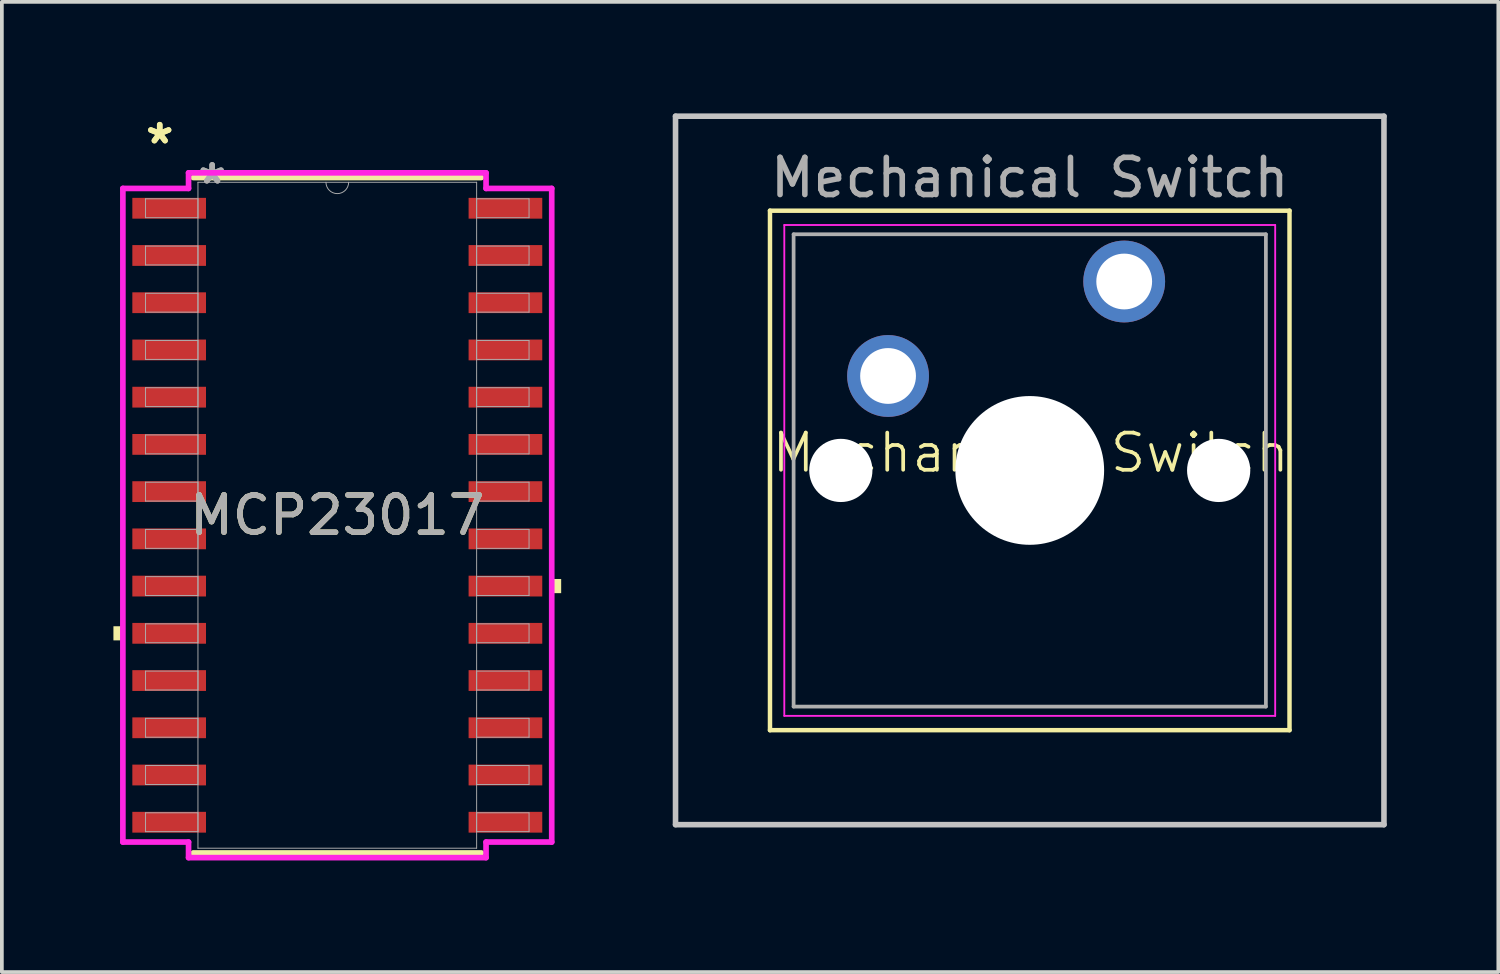
<source format=kicad_pcb>
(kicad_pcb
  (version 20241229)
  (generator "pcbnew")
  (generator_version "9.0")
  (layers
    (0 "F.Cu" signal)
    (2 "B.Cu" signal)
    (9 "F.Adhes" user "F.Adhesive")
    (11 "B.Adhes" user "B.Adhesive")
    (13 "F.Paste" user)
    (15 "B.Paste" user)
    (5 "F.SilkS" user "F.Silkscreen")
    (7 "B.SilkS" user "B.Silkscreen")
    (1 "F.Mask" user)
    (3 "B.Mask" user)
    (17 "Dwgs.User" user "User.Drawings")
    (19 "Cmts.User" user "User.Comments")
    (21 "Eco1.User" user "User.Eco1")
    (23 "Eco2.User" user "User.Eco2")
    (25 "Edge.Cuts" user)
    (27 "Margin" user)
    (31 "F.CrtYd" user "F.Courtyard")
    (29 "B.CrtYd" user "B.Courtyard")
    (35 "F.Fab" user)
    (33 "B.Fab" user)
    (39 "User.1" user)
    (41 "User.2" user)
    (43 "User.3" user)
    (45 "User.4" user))
  (footprint "Mechanical Switch"
    (layer "F.Cu")
    (at 24.665 9.625)
    (property "Reference" "Mechanical Switch" (at 0 -0.5 0) (unlocked yes) (layer "F.SilkS") (effects (font (size 1 1) (thickness 0.1))))
    (attr smd)
    (fp_line (start -7.01 -7.01) (end 6.96 -7.01) (stroke (width 0.12) (type solid)) (layer "F.SilkS"))
    (fp_line (start -7.01 6.96) (end -7.01 -7.01) (stroke (width 0.12) (type solid)) (layer "F.SilkS"))
    (fp_line (start 6.96 -7.01) (end 6.96 6.96) (stroke (width 0.12) (type solid)) (layer "F.SilkS"))
    (fp_line (start 6.96 6.96) (end -7.01 6.96) (stroke (width 0.12) (type solid)) (layer "F.SilkS"))
    (fp_line (start -9.55 -9.55) (end 9.5 -9.55) (stroke (width 0.15) (type solid)) (layer "Dwgs.User"))
    (fp_line (start -9.55 9.5) (end -9.55 -9.55) (stroke (width 0.15) (type solid)) (layer "Dwgs.User"))
    (fp_line (start 9.5 -9.55) (end 9.5 9.5) (stroke (width 0.15) (type solid)) (layer "Dwgs.User"))
    (fp_line (start 9.5 9.5) (end -9.55 9.5) (stroke (width 0.15) (type solid)) (layer "Dwgs.User"))
    (fp_line (start -6.625 -6.625) (end 6.575 -6.625) (stroke (width 0.05) (type solid)) (layer "F.CrtYd"))
    (fp_line (start -6.625 6.575) (end -6.625 -6.625) (stroke (width 0.05) (type solid)) (layer "F.CrtYd"))
    (fp_line (start 6.575 -6.625) (end 6.575 6.575) (stroke (width 0.05) (type solid)) (layer "F.CrtYd"))
    (fp_line (start 6.575 6.575) (end -6.625 6.575) (stroke (width 0.05) (type solid)) (layer "F.CrtYd"))
    (fp_line (start -6.375 -6.375) (end 6.325 -6.375) (stroke (width 0.1) (type solid)) (layer "F.Fab"))
    (fp_line (start -6.375 6.325) (end -6.375 -6.375) (stroke (width 0.1) (type solid)) (layer "F.Fab"))
    (fp_line (start 6.325 -6.375) (end 6.325 6.325) (stroke (width 0.1) (type solid)) (layer "F.Fab"))
    (fp_line (start 6.325 6.325) (end -6.375 6.325) (stroke (width 0.1) (type solid)) (layer "F.Fab"))
    (fp_text user "${REFERENCE}" (at -0.025 -7.899 0) (layer "F.Fab") (effects (font (size 1 1) (thickness 0.15))))
    (pad "" np_thru_hole circle (at -5.105 -0.025) (size 1.7 1.7) (drill 1.7) (layers "*.Cu" "*.Mask"))
    (pad "" np_thru_hole circle (at -0.025 -0.025) (size 4 4) (drill 4) (layers "*.Cu" "*.Mask"))
    (pad "" np_thru_hole circle (at 5.055 -0.025) (size 1.7 1.7) (drill 1.7) (layers "*.Cu" "*.Mask"))
    (pad "1" thru_hole circle (at 2.515 -5.105) (size 2.2 2.2) (drill 1.5) (layers "*.Cu" "*.Mask"))
    (pad "2" thru_hole circle (at -3.835 -2.565) (size 2.2 2.2) (drill 1.5) (layers "*.Cu" "*.Mask")))
  (footprint "MCP23017"
    (layer "F.Cu")
    (at 6.02 10.805)
    (property "Reference" "MCP23017" (at 0 0 0) (unlocked yes) (layer "F.SilkS") (effects (font (size 1 1) (thickness 0.15))))
    (attr smd)
    (fp_line (start -3.873 9.081) (end 3.873 9.081) (stroke (width 0.152) (type solid)) (layer "F.SilkS"))
    (fp_line (start 3.873 -9.081) (end -3.873 -9.081) (stroke (width 0.152) (type solid)) (layer "F.SilkS"))
    (fp_poly (pts (xy -6.02 2.985) (xy -6.02 3.365) (xy -5.766 3.365) (xy -5.766 2.985)) (stroke (width 0) (type solid)) (fill yes) (layer "F.SilkS"))
    (fp_poly (pts (xy 6.02 1.714) (xy 6.02 2.095) (xy 5.766 2.095) (xy 5.766 1.714)) (stroke (width 0) (type solid)) (fill yes) (layer "F.SilkS"))
    (fp_line (start -5.766 -8.788) (end -4 -8.788) (stroke (width 0.152) (type solid)) (layer "F.CrtYd"))
    (fp_line (start -5.766 8.788) (end -5.766 -8.788) (stroke (width 0.152) (type solid)) (layer "F.CrtYd"))
    (fp_line (start -5.766 8.788) (end -4 8.788) (stroke (width 0.152) (type solid)) (layer "F.CrtYd"))
    (fp_line (start -4 -9.207) (end 4 -9.207) (stroke (width 0.152) (type solid)) (layer "F.CrtYd"))
    (fp_line (start -4 -8.788) (end -4 -9.207) (stroke (width 0.152) (type solid)) (layer "F.CrtYd"))
    (fp_line (start -4 9.207) (end -4 8.788) (stroke (width 0.152) (type solid)) (layer "F.CrtYd"))
    (fp_line (start 4 -9.207) (end 4 -8.788) (stroke (width 0.152) (type solid)) (layer "F.CrtYd"))
    (fp_line (start 4 8.788) (end 4 9.207) (stroke (width 0.152) (type solid)) (layer "F.CrtYd"))
    (fp_line (start 4 9.207) (end -4 9.207) (stroke (width 0.152) (type solid)) (layer "F.CrtYd"))
    (fp_line (start 5.766 -8.788) (end 4 -8.788) (stroke (width 0.152) (type solid)) (layer "F.CrtYd"))
    (fp_line (start 5.766 -8.788) (end 5.766 8.788) (stroke (width 0.152) (type solid)) (layer "F.CrtYd"))
    (fp_line (start 5.766 8.788) (end 4 8.788) (stroke (width 0.152) (type solid)) (layer "F.CrtYd"))
    (fp_line (start -5.156 -8.509) (end -5.156 -8.001) (stroke (width 0.025) (type solid)) (layer "F.Fab"))
    (fp_line (start -5.156 -8.001) (end -3.747 -8.001) (stroke (width 0.025) (type solid)) (layer "F.Fab"))
    (fp_line (start -5.156 -7.239) (end -5.156 -6.731) (stroke (width 0.025) (type solid)) (layer "F.Fab"))
    (fp_line (start -5.156 -6.731) (end -3.747 -6.731) (stroke (width 0.025) (type solid)) (layer "F.Fab"))
    (fp_line (start -5.156 -5.969) (end -5.156 -5.461) (stroke (width 0.025) (type solid)) (layer "F.Fab"))
    (fp_line (start -5.156 -5.461) (end -3.747 -5.461) (stroke (width 0.025) (type solid)) (layer "F.Fab"))
    (fp_line (start -5.156 -4.699) (end -5.156 -4.191) (stroke (width 0.025) (type solid)) (layer "F.Fab"))
    (fp_line (start -5.156 -4.191) (end -3.747 -4.191) (stroke (width 0.025) (type solid)) (layer "F.Fab"))
    (fp_line (start -5.156 -3.429) (end -5.156 -2.921) (stroke (width 0.025) (type solid)) (layer "F.Fab"))
    (fp_line (start -5.156 -2.921) (end -3.747 -2.921) (stroke (width 0.025) (type solid)) (layer "F.Fab"))
    (fp_line (start -5.156 -2.159) (end -5.156 -1.651) (stroke (width 0.025) (type solid)) (layer "F.Fab"))
    (fp_line (start -5.156 -1.651) (end -3.747 -1.651) (stroke (width 0.025) (type solid)) (layer "F.Fab"))
    (fp_line (start -5.156 -0.889) (end -5.156 -0.381) (stroke (width 0.025) (type solid)) (layer "F.Fab"))
    (fp_line (start -5.156 -0.381) (end -3.747 -0.381) (stroke (width 0.025) (type solid)) (layer "F.Fab"))
    (fp_line (start -5.156 0.381) (end -5.156 0.889) (stroke (width 0.025) (type solid)) (layer "F.Fab"))
    (fp_line (start -5.156 0.889) (end -3.747 0.889) (stroke (width 0.025) (type solid)) (layer "F.Fab"))
    (fp_line (start -5.156 1.651) (end -5.156 2.159) (stroke (width 0.025) (type solid)) (layer "F.Fab"))
    (fp_line (start -5.156 2.159) (end -3.747 2.159) (stroke (width 0.025) (type solid)) (layer "F.Fab"))
    (fp_line (start -5.156 2.921) (end -5.156 3.429) (stroke (width 0.025) (type solid)) (layer "F.Fab"))
    (fp_line (start -5.156 3.429) (end -3.747 3.429) (stroke (width 0.025) (type solid)) (layer "F.Fab"))
    (fp_line (start -5.156 4.191) (end -5.156 4.699) (stroke (width 0.025) (type solid)) (layer "F.Fab"))
    (fp_line (start -5.156 4.699) (end -3.747 4.699) (stroke (width 0.025) (type solid)) (layer "F.Fab"))
    (fp_line (start -5.156 5.461) (end -5.156 5.969) (stroke (width 0.025) (type solid)) (layer "F.Fab"))
    (fp_line (start -5.156 5.969) (end -3.747 5.969) (stroke (width 0.025) (type solid)) (layer "F.Fab"))
    (fp_line (start -5.156 6.731) (end -5.156 7.239) (stroke (width 0.025) (type solid)) (layer "F.Fab"))
    (fp_line (start -5.156 7.239) (end -3.747 7.239) (stroke (width 0.025) (type solid)) (layer "F.Fab"))
    (fp_line (start -5.156 8.001) (end -5.156 8.509) (stroke (width 0.025) (type solid)) (layer "F.Fab"))
    (fp_line (start -5.156 8.509) (end -3.747 8.509) (stroke (width 0.025) (type solid)) (layer "F.Fab"))
    (fp_line (start -3.747 -8.954) (end -3.747 8.954) (stroke (width 0.025) (type solid)) (layer "F.Fab"))
    (fp_line (start -3.747 -8.509) (end -5.156 -8.509) (stroke (width 0.025) (type solid)) (layer "F.Fab"))
    (fp_line (start -3.747 -8.001) (end -3.747 -8.509) (stroke (width 0.025) (type solid)) (layer "F.Fab"))
    (fp_line (start -3.747 -7.239) (end -5.156 -7.239) (stroke (width 0.025) (type solid)) (layer "F.Fab"))
    (fp_line (start -3.747 -6.731) (end -3.747 -7.239) (stroke (width 0.025) (type solid)) (layer "F.Fab"))
    (fp_line (start -3.747 -5.969) (end -5.156 -5.969) (stroke (width 0.025) (type solid)) (layer "F.Fab"))
    (fp_line (start -3.747 -5.461) (end -3.747 -5.969) (stroke (width 0.025) (type solid)) (layer "F.Fab"))
    (fp_line (start -3.747 -4.699) (end -5.156 -4.699) (stroke (width 0.025) (type solid)) (layer "F.Fab"))
    (fp_line (start -3.747 -4.191) (end -3.747 -4.699) (stroke (width 0.025) (type solid)) (layer "F.Fab"))
    (fp_line (start -3.747 -3.429) (end -5.156 -3.429) (stroke (width 0.025) (type solid)) (layer "F.Fab"))
    (fp_line (start -3.747 -2.921) (end -3.747 -3.429) (stroke (width 0.025) (type solid)) (layer "F.Fab"))
    (fp_line (start -3.747 -2.159) (end -5.156 -2.159) (stroke (width 0.025) (type solid)) (layer "F.Fab"))
    (fp_line (start -3.747 -1.651) (end -3.747 -2.159) (stroke (width 0.025) (type solid)) (layer "F.Fab"))
    (fp_line (start -3.747 -0.889) (end -5.156 -0.889) (stroke (width 0.025) (type solid)) (layer "F.Fab"))
    (fp_line (start -3.747 -0.381) (end -3.747 -0.889) (stroke (width 0.025) (type solid)) (layer "F.Fab"))
    (fp_line (start -3.747 0.381) (end -5.156 0.381) (stroke (width 0.025) (type solid)) (layer "F.Fab"))
    (fp_line (start -3.747 0.889) (end -3.747 0.381) (stroke (width 0.025) (type solid)) (layer "F.Fab"))
    (fp_line (start -3.747 1.651) (end -5.156 1.651) (stroke (width 0.025) (type solid)) (layer "F.Fab"))
    (fp_line (start -3.747 2.159) (end -3.747 1.651) (stroke (width 0.025) (type solid)) (layer "F.Fab"))
    (fp_line (start -3.747 2.921) (end -5.156 2.921) (stroke (width 0.025) (type solid)) (layer "F.Fab"))
    (fp_line (start -3.747 3.429) (end -3.747 2.921) (stroke (width 0.025) (type solid)) (layer "F.Fab"))
    (fp_line (start -3.747 4.191) (end -5.156 4.191) (stroke (width 0.025) (type solid)) (layer "F.Fab"))
    (fp_line (start -3.747 4.699) (end -3.747 4.191) (stroke (width 0.025) (type solid)) (layer "F.Fab"))
    (fp_line (start -3.747 5.461) (end -5.156 5.461) (stroke (width 0.025) (type solid)) (layer "F.Fab"))
    (fp_line (start -3.747 5.969) (end -3.747 5.461) (stroke (width 0.025) (type solid)) (layer "F.Fab"))
    (fp_line (start -3.747 6.731) (end -5.156 6.731) (stroke (width 0.025) (type solid)) (layer "F.Fab"))
    (fp_line (start -3.747 7.239) (end -3.747 6.731) (stroke (width 0.025) (type solid)) (layer "F.Fab"))
    (fp_line (start -3.747 8.001) (end -5.156 8.001) (stroke (width 0.025) (type solid)) (layer "F.Fab"))
    (fp_line (start -3.747 8.509) (end -3.747 8.001) (stroke (width 0.025) (type solid)) (layer "F.Fab"))
    (fp_line (start -3.747 8.954) (end 3.747 8.954) (stroke (width 0.025) (type solid)) (layer "F.Fab"))
    (fp_line (start 3.747 -8.954) (end -3.747 -8.954) (stroke (width 0.025) (type solid)) (layer "F.Fab"))
    (fp_line (start 3.747 -8.509) (end 3.747 -8.001) (stroke (width 0.025) (type solid)) (layer "F.Fab"))
    (fp_line (start 3.747 -8.001) (end 5.156 -8.001) (stroke (width 0.025) (type solid)) (layer "F.Fab"))
    (fp_line (start 3.747 -7.239) (end 3.747 -6.731) (stroke (width 0.025) (type solid)) (layer "F.Fab"))
    (fp_line (start 3.747 -6.731) (end 5.156 -6.731) (stroke (width 0.025) (type solid)) (layer "F.Fab"))
    (fp_line (start 3.747 -5.969) (end 3.747 -5.461) (stroke (width 0.025) (type solid)) (layer "F.Fab"))
    (fp_line (start 3.747 -5.461) (end 5.156 -5.461) (stroke (width 0.025) (type solid)) (layer "F.Fab"))
    (fp_line (start 3.747 -4.699) (end 3.747 -4.191) (stroke (width 0.025) (type solid)) (layer "F.Fab"))
    (fp_line (start 3.747 -4.191) (end 5.156 -4.191) (stroke (width 0.025) (type solid)) (layer "F.Fab"))
    (fp_line (start 3.747 -3.429) (end 3.747 -2.921) (stroke (width 0.025) (type solid)) (layer "F.Fab"))
    (fp_line (start 3.747 -2.921) (end 5.156 -2.921) (stroke (width 0.025) (type solid)) (layer "F.Fab"))
    (fp_line (start 3.747 -2.159) (end 3.747 -1.651) (stroke (width 0.025) (type solid)) (layer "F.Fab"))
    (fp_line (start 3.747 -1.651) (end 5.156 -1.651) (stroke (width 0.025) (type solid)) (layer "F.Fab"))
    (fp_line (start 3.747 -0.889) (end 3.747 -0.381) (stroke (width 0.025) (type solid)) (layer "F.Fab"))
    (fp_line (start 3.747 -0.381) (end 5.156 -0.381) (stroke (width 0.025) (type solid)) (layer "F.Fab"))
    (fp_line (start 3.747 0.381) (end 3.747 0.889) (stroke (width 0.025) (type solid)) (layer "F.Fab"))
    (fp_line (start 3.747 0.889) (end 5.156 0.889) (stroke (width 0.025) (type solid)) (layer "F.Fab"))
    (fp_line (start 3.747 1.651) (end 3.747 2.159) (stroke (width 0.025) (type solid)) (layer "F.Fab"))
    (fp_line (start 3.747 2.159) (end 5.156 2.159) (stroke (width 0.025) (type solid)) (layer "F.Fab"))
    (fp_line (start 3.747 2.921) (end 3.747 3.429) (stroke (width 0.025) (type solid)) (layer "F.Fab"))
    (fp_line (start 3.747 3.429) (end 5.156 3.429) (stroke (width 0.025) (type solid)) (layer "F.Fab"))
    (fp_line (start 3.747 4.191) (end 3.747 4.699) (stroke (width 0.025) (type solid)) (layer "F.Fab"))
    (fp_line (start 3.747 4.699) (end 5.156 4.699) (stroke (width 0.025) (type solid)) (layer "F.Fab"))
    (fp_line (start 3.747 5.461) (end 3.747 5.969) (stroke (width 0.025) (type solid)) (layer "F.Fab"))
    (fp_line (start 3.747 5.969) (end 5.156 5.969) (stroke (width 0.025) (type solid)) (layer "F.Fab"))
    (fp_line (start 3.747 6.731) (end 3.747 7.239) (stroke (width 0.025) (type solid)) (layer "F.Fab"))
    (fp_line (start 3.747 7.239) (end 5.156 7.239) (stroke (width 0.025) (type solid)) (layer "F.Fab"))
    (fp_line (start 3.747 8.001) (end 3.747 8.509) (stroke (width 0.025) (type solid)) (layer "F.Fab"))
    (fp_line (start 3.747 8.509) (end 5.156 8.509) (stroke (width 0.025) (type solid)) (layer "F.Fab"))
    (fp_line (start 3.747 8.954) (end 3.747 -8.954) (stroke (width 0.025) (type solid)) (layer "F.Fab"))
    (fp_line (start 5.156 -8.509) (end 3.747 -8.509) (stroke (width 0.025) (type solid)) (layer "F.Fab"))
    (fp_line (start 5.156 -8.001) (end 5.156 -8.509) (stroke (width 0.025) (type solid)) (layer "F.Fab"))
    (fp_line (start 5.156 -7.239) (end 3.747 -7.239) (stroke (width 0.025) (type solid)) (layer "F.Fab"))
    (fp_line (start 5.156 -6.731) (end 5.156 -7.239) (stroke (width 0.025) (type solid)) (layer "F.Fab"))
    (fp_line (start 5.156 -5.969) (end 3.747 -5.969) (stroke (width 0.025) (type solid)) (layer "F.Fab"))
    (fp_line (start 5.156 -5.461) (end 5.156 -5.969) (stroke (width 0.025) (type solid)) (layer "F.Fab"))
    (fp_line (start 5.156 -4.699) (end 3.747 -4.699) (stroke (width 0.025) (type solid)) (layer "F.Fab"))
    (fp_line (start 5.156 -4.191) (end 5.156 -4.699) (stroke (width 0.025) (type solid)) (layer "F.Fab"))
    (fp_line (start 5.156 -3.429) (end 3.747 -3.429) (stroke (width 0.025) (type solid)) (layer "F.Fab"))
    (fp_line (start 5.156 -2.921) (end 5.156 -3.429) (stroke (width 0.025) (type solid)) (layer "F.Fab"))
    (fp_line (start 5.156 -2.159) (end 3.747 -2.159) (stroke (width 0.025) (type solid)) (layer "F.Fab"))
    (fp_line (start 5.156 -1.651) (end 5.156 -2.159) (stroke (width 0.025) (type solid)) (layer "F.Fab"))
    (fp_line (start 5.156 -0.889) (end 3.747 -0.889) (stroke (width 0.025) (type solid)) (layer "F.Fab"))
    (fp_line (start 5.156 -0.381) (end 5.156 -0.889) (stroke (width 0.025) (type solid)) (layer "F.Fab"))
    (fp_line (start 5.156 0.381) (end 3.747 0.381) (stroke (width 0.025) (type solid)) (layer "F.Fab"))
    (fp_line (start 5.156 0.889) (end 5.156 0.381) (stroke (width 0.025) (type solid)) (layer "F.Fab"))
    (fp_line (start 5.156 1.651) (end 3.747 1.651) (stroke (width 0.025) (type solid)) (layer "F.Fab"))
    (fp_line (start 5.156 2.159) (end 5.156 1.651) (stroke (width 0.025) (type solid)) (layer "F.Fab"))
    (fp_line (start 5.156 2.921) (end 3.747 2.921) (stroke (width 0.025) (type solid)) (layer "F.Fab"))
    (fp_line (start 5.156 3.429) (end 5.156 2.921) (stroke (width 0.025) (type solid)) (layer "F.Fab"))
    (fp_line (start 5.156 4.191) (end 3.747 4.191) (stroke (width 0.025) (type solid)) (layer "F.Fab"))
    (fp_line (start 5.156 4.699) (end 5.156 4.191) (stroke (width 0.025) (type solid)) (layer "F.Fab"))
    (fp_line (start 5.156 5.461) (end 3.747 5.461) (stroke (width 0.025) (type solid)) (layer "F.Fab"))
    (fp_line (start 5.156 5.969) (end 5.156 5.461) (stroke (width 0.025) (type solid)) (layer "F.Fab"))
    (fp_line (start 5.156 6.731) (end 3.747 6.731) (stroke (width 0.025) (type solid)) (layer "F.Fab"))
    (fp_line (start 5.156 7.239) (end 5.156 6.731) (stroke (width 0.025) (type solid)) (layer "F.Fab"))
    (fp_line (start 5.156 8.001) (end 3.747 8.001) (stroke (width 0.025) (type solid)) (layer "F.Fab"))
    (fp_line (start 5.156 8.509) (end 5.156 8.001) (stroke (width 0.025) (type solid)) (layer "F.Fab"))
    (fp_arc (start 0.3048 -8.9535) (mid 0 -8.6487) (end -0.3048 -8.9535) (stroke (width 0.0254) (type solid)) (layer "F.Fab"))
    (fp_text user "*" (at -4.775 -9.957 0) (unlocked yes) (layer "F.SilkS") (effects (font (size 1 1) (thickness 0.15))))
    (fp_text user "*" (at -4.775 -9.957 0) (layer "F.SilkS") (effects (font (size 1 1) (thickness 0.15))))
    (fp_text user "*" (at -3.365 -8.877 0) (unlocked yes) (layer "F.Fab") (effects (font (size 1 1) (thickness 0.15))))
    (fp_text user "${REFERENCE}" (at 0 0 0) (unlocked yes) (layer "F.Fab") (effects (font (size 1 1) (thickness 0.15))))
    (fp_text user "*" (at -3.365 -8.877 0) (layer "F.Fab") (effects (font (size 1 1) (thickness 0.15))))
    (pad "1" smd rect (at -4.521 -8.255) (size 1.981 0.559) (layers "F.Cu" "F.Mask" "F.Paste"))
    (pad "2" smd rect (at -4.521 -6.985) (size 1.981 0.559) (layers "F.Cu" "F.Mask" "F.Paste"))
    (pad "3" smd rect (at -4.521 -5.715) (size 1.981 0.559) (layers "F.Cu" "F.Mask" "F.Paste"))
    (pad "4" smd rect (at -4.521 -4.445) (size 1.981 0.559) (layers "F.Cu" "F.Mask" "F.Paste"))
    (pad "5" smd rect (at -4.521 -3.175) (size 1.981 0.559) (layers "F.Cu" "F.Mask" "F.Paste"))
    (pad "6" smd rect (at -4.521 -1.905) (size 1.981 0.559) (layers "F.Cu" "F.Mask" "F.Paste"))
    (pad "7" smd rect (at -4.521 -0.635) (size 1.981 0.559) (layers "F.Cu" "F.Mask" "F.Paste"))
    (pad "8" smd rect (at -4.521 0.635) (size 1.981 0.559) (layers "F.Cu" "F.Mask" "F.Paste"))
    (pad "9" smd rect (at -4.521 1.905) (size 1.981 0.559) (layers "F.Cu" "F.Mask" "F.Paste"))
    (pad "10" smd rect (at -4.521 3.175) (size 1.981 0.559) (layers "F.Cu" "F.Mask" "F.Paste"))
    (pad "11" smd rect (at -4.521 4.445) (size 1.981 0.559) (layers "F.Cu" "F.Mask" "F.Paste"))
    (pad "12" smd rect (at -4.521 5.715) (size 1.981 0.559) (layers "F.Cu" "F.Mask" "F.Paste"))
    (pad "13" smd rect (at -4.521 6.985) (size 1.981 0.559) (layers "F.Cu" "F.Mask" "F.Paste"))
    (pad "14" smd rect (at -4.521 8.255) (size 1.981 0.559) (layers "F.Cu" "F.Mask" "F.Paste"))
    (pad "15" smd rect (at 4.521 8.255) (size 1.981 0.559) (layers "F.Cu" "F.Mask" "F.Paste"))
    (pad "16" smd rect (at 4.521 6.985) (size 1.981 0.559) (layers "F.Cu" "F.Mask" "F.Paste"))
    (pad "17" smd rect (at 4.521 5.715) (size 1.981 0.559) (layers "F.Cu" "F.Mask" "F.Paste"))
    (pad "18" smd rect (at 4.521 4.445) (size 1.981 0.559) (layers "F.Cu" "F.Mask" "F.Paste"))
    (pad "19" smd rect (at 4.521 3.175) (size 1.981 0.559) (layers "F.Cu" "F.Mask" "F.Paste"))
    (pad "20" smd rect (at 4.521 1.905) (size 1.981 0.559) (layers "F.Cu" "F.Mask" "F.Paste"))
    (pad "21" smd rect (at 4.521 0.635) (size 1.981 0.559) (layers "F.Cu" "F.Mask" "F.Paste"))
    (pad "22" smd rect (at 4.521 -0.635) (size 1.981 0.559) (layers "F.Cu" "F.Mask" "F.Paste"))
    (pad "23" smd rect (at 4.521 -1.905) (size 1.981 0.559) (layers "F.Cu" "F.Mask" "F.Paste"))
    (pad "24" smd rect (at 4.521 -3.175) (size 1.981 0.559) (layers "F.Cu" "F.Mask" "F.Paste"))
    (pad "25" smd rect (at 4.521 -4.445) (size 1.981 0.559) (layers "F.Cu" "F.Mask" "F.Paste"))
    (pad "26" smd rect (at 4.521 -5.715) (size 1.981 0.559) (layers "F.Cu" "F.Mask" "F.Paste"))
    (pad "27" smd rect (at 4.521 -6.985) (size 1.981 0.559) (layers "F.Cu" "F.Mask" "F.Paste"))
    (pad "28" smd rect (at 4.521 -8.255) (size 1.981 0.559) (layers "F.Cu" "F.Mask" "F.Paste")))
  (gr_rect
    (start -3 -3)
    (end 37.24 23.089)
    (stroke (width 0.1) (type default))
    (fill no)
    (layer "Edge.Cuts")))
</source>
